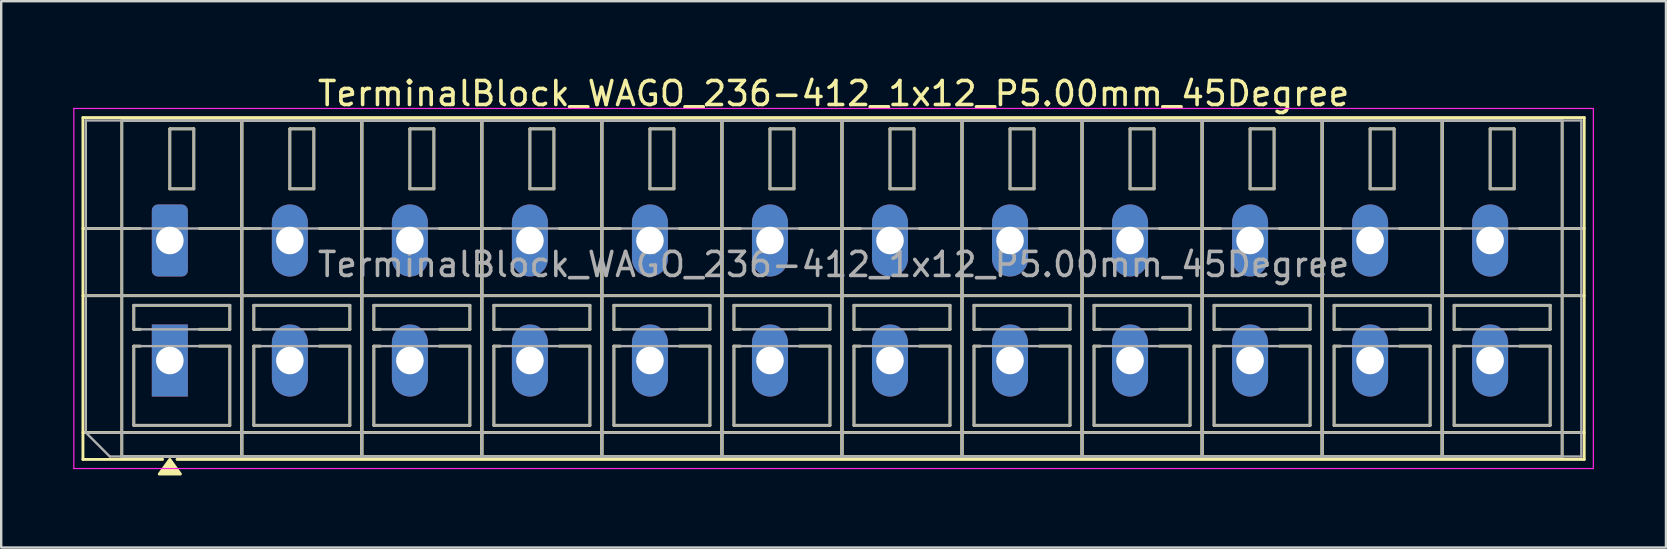
<source format=kicad_pcb>
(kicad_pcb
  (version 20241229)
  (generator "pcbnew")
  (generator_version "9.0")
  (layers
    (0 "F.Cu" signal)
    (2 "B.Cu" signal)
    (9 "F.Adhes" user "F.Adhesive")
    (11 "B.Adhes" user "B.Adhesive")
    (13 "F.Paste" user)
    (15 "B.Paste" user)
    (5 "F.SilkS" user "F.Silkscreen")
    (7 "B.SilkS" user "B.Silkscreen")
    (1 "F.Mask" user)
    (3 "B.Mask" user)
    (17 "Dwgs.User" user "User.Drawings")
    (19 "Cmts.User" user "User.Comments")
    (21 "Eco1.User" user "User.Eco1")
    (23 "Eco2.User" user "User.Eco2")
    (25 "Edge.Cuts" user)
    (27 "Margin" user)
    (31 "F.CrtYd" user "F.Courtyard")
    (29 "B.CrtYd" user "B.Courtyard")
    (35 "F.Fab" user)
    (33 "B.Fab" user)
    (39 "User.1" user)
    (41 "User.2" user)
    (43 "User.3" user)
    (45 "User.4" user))
  (footprint "TerminalBlock_WAGO_236-412_1x12_P5.00mm_45Degree"
    (layer "F.Cu")
    (at 4.025 6.968)
    (property "Reference" "TerminalBlock_WAGO_236-412_1x12_P5.00mm_45Degree" (at 27.65 -6.12 0) (layer "F.SilkS") (effects (font (size 1 1) (thickness 0.15))))
    (attr through_hole)
    (fp_line (start -3.62 -5.12) (end -3.62 9.12) (stroke (width 0.12) (type solid)) (layer "F.SilkS"))
    (fp_line (start -3.62 -5.12) (end 58.92 -5.12) (stroke (width 0.12) (type solid)) (layer "F.SilkS"))
    (fp_line (start -3.62 -0.5) (end -1.23 -0.5) (stroke (width 0.12) (type solid)) (layer "F.SilkS"))
    (fp_line (start -3.62 2.3) (end 58.92 2.3) (stroke (width 0.12) (type solid)) (layer "F.SilkS"))
    (fp_line (start -3.62 8) (end 58.92 8) (stroke (width 0.12) (type solid)) (layer "F.SilkS"))
    (fp_line (start -3.62 9.12) (end -0.3 9.12) (stroke (width 0.12) (type solid)) (layer "F.SilkS"))
    (fp_line (start -2 -5) (end -2 9) (stroke (width 0.12) (type solid)) (layer "F.SilkS"))
    (fp_line (start -2 -5) (end 3 -5) (stroke (width 0.12) (type solid)) (layer "F.SilkS"))
    (fp_line (start -2 9) (end 3 9) (stroke (width 0.12) (type solid)) (layer "F.SilkS"))
    (fp_line (start -1.5 2.7) (end -1.5 3.7) (stroke (width 0.12) (type solid)) (layer "F.SilkS"))
    (fp_line (start -1.5 2.7) (end 2.5 2.7) (stroke (width 0.12) (type solid)) (layer "F.SilkS"))
    (fp_line (start -1.5 3.7) (end -1.23 3.7) (stroke (width 0.12) (type solid)) (layer "F.SilkS"))
    (fp_line (start -1.5 4.4) (end -1.5 7.7) (stroke (width 0.12) (type solid)) (layer "F.SilkS"))
    (fp_line (start -1.5 4.4) (end -1.23 4.4) (stroke (width 0.12) (type solid)) (layer "F.SilkS"))
    (fp_line (start -1.5 7.7) (end 2.5 7.7) (stroke (width 0.12) (type solid)) (layer "F.SilkS"))
    (fp_line (start 0 -4.65) (end 0 -2.15) (stroke (width 0.12) (type solid)) (layer "F.SilkS"))
    (fp_line (start 0 -4.65) (end 1 -4.65) (stroke (width 0.12) (type solid)) (layer "F.SilkS"))
    (fp_line (start 0 -2.15) (end 1 -2.15) (stroke (width 0.12) (type solid)) (layer "F.SilkS"))
    (fp_line (start 0.3 9.12) (end 58.92 9.12) (stroke (width 0.12) (type solid)) (layer "F.SilkS"))
    (fp_line (start 1 -4.65) (end 1 -2.15) (stroke (width 0.12) (type solid)) (layer "F.SilkS"))
    (fp_line (start 1.23 -0.5) (end 3.77 -0.5) (stroke (width 0.12) (type solid)) (layer "F.SilkS"))
    (fp_line (start 1.23 3.7) (end 2.5 3.7) (stroke (width 0.12) (type solid)) (layer "F.SilkS"))
    (fp_line (start 1.23 4.4) (end 2.5 4.4) (stroke (width 0.12) (type solid)) (layer "F.SilkS"))
    (fp_line (start 2.5 2.7) (end 2.5 3.7) (stroke (width 0.12) (type solid)) (layer "F.SilkS"))
    (fp_line (start 2.5 4.4) (end 2.5 7.7) (stroke (width 0.12) (type solid)) (layer "F.SilkS"))
    (fp_line (start 3 -5) (end 3 9) (stroke (width 0.12) (type solid)) (layer "F.SilkS"))
    (fp_line (start 3 -5) (end 3 9) (stroke (width 0.12) (type solid)) (layer "F.SilkS"))
    (fp_line (start 3 -5) (end 8 -5) (stroke (width 0.12) (type solid)) (layer "F.SilkS"))
    (fp_line (start 3 9) (end 8 9) (stroke (width 0.12) (type solid)) (layer "F.SilkS"))
    (fp_line (start 3.5 2.7) (end 3.5 3.7) (stroke (width 0.12) (type solid)) (layer "F.SilkS"))
    (fp_line (start 3.5 2.7) (end 7.5 2.7) (stroke (width 0.12) (type solid)) (layer "F.SilkS"))
    (fp_line (start 3.5 3.7) (end 3.77 3.7) (stroke (width 0.12) (type solid)) (layer "F.SilkS"))
    (fp_line (start 3.5 4.4) (end 3.5 7.7) (stroke (width 0.12) (type solid)) (layer "F.SilkS"))
    (fp_line (start 3.5 4.4) (end 3.77 4.4) (stroke (width 0.12) (type solid)) (layer "F.SilkS"))
    (fp_line (start 3.5 7.7) (end 7.5 7.7) (stroke (width 0.12) (type solid)) (layer "F.SilkS"))
    (fp_line (start 5 -4.65) (end 5 -2.15) (stroke (width 0.12) (type solid)) (layer "F.SilkS"))
    (fp_line (start 5 -4.65) (end 6 -4.65) (stroke (width 0.12) (type solid)) (layer "F.SilkS"))
    (fp_line (start 5 -2.15) (end 6 -2.15) (stroke (width 0.12) (type solid)) (layer "F.SilkS"))
    (fp_line (start 6 -4.65) (end 6 -2.15) (stroke (width 0.12) (type solid)) (layer "F.SilkS"))
    (fp_line (start 6.23 -0.5) (end 8.77 -0.5) (stroke (width 0.12) (type solid)) (layer "F.SilkS"))
    (fp_line (start 6.23 3.7) (end 7.5 3.7) (stroke (width 0.12) (type solid)) (layer "F.SilkS"))
    (fp_line (start 6.23 4.4) (end 7.5 4.4) (stroke (width 0.12) (type solid)) (layer "F.SilkS"))
    (fp_line (start 7.5 2.7) (end 7.5 3.7) (stroke (width 0.12) (type solid)) (layer "F.SilkS"))
    (fp_line (start 7.5 4.4) (end 7.5 7.7) (stroke (width 0.12) (type solid)) (layer "F.SilkS"))
    (fp_line (start 8 -5) (end 8 9) (stroke (width 0.12) (type solid)) (layer "F.SilkS"))
    (fp_line (start 8 -5) (end 8 9) (stroke (width 0.12) (type solid)) (layer "F.SilkS"))
    (fp_line (start 8 -5) (end 13 -5) (stroke (width 0.12) (type solid)) (layer "F.SilkS"))
    (fp_line (start 8 9) (end 13 9) (stroke (width 0.12) (type solid)) (layer "F.SilkS"))
    (fp_line (start 8.5 2.7) (end 8.5 3.7) (stroke (width 0.12) (type solid)) (layer "F.SilkS"))
    (fp_line (start 8.5 2.7) (end 12.5 2.7) (stroke (width 0.12) (type solid)) (layer "F.SilkS"))
    (fp_line (start 8.5 3.7) (end 8.77 3.7) (stroke (width 0.12) (type solid)) (layer "F.SilkS"))
    (fp_line (start 8.5 4.4) (end 8.5 7.7) (stroke (width 0.12) (type solid)) (layer "F.SilkS"))
    (fp_line (start 8.5 4.4) (end 8.77 4.4) (stroke (width 0.12) (type solid)) (layer "F.SilkS"))
    (fp_line (start 8.5 7.7) (end 12.5 7.7) (stroke (width 0.12) (type solid)) (layer "F.SilkS"))
    (fp_line (start 10 -4.65) (end 10 -2.15) (stroke (width 0.12) (type solid)) (layer "F.SilkS"))
    (fp_line (start 10 -4.65) (end 11 -4.65) (stroke (width 0.12) (type solid)) (layer "F.SilkS"))
    (fp_line (start 10 -2.15) (end 11 -2.15) (stroke (width 0.12) (type solid)) (layer "F.SilkS"))
    (fp_line (start 11 -4.65) (end 11 -2.15) (stroke (width 0.12) (type solid)) (layer "F.SilkS"))
    (fp_line (start 11.23 -0.5) (end 13.77 -0.5) (stroke (width 0.12) (type solid)) (layer "F.SilkS"))
    (fp_line (start 11.23 3.7) (end 12.5 3.7) (stroke (width 0.12) (type solid)) (layer "F.SilkS"))
    (fp_line (start 11.23 4.4) (end 12.5 4.4) (stroke (width 0.12) (type solid)) (layer "F.SilkS"))
    (fp_line (start 12.5 2.7) (end 12.5 3.7) (stroke (width 0.12) (type solid)) (layer "F.SilkS"))
    (fp_line (start 12.5 4.4) (end 12.5 7.7) (stroke (width 0.12) (type solid)) (layer "F.SilkS"))
    (fp_line (start 13 -5) (end 13 9) (stroke (width 0.12) (type solid)) (layer "F.SilkS"))
    (fp_line (start 13 -5) (end 13 9) (stroke (width 0.12) (type solid)) (layer "F.SilkS"))
    (fp_line (start 13 -5) (end 18 -5) (stroke (width 0.12) (type solid)) (layer "F.SilkS"))
    (fp_line (start 13 9) (end 18 9) (stroke (width 0.12) (type solid)) (layer "F.SilkS"))
    (fp_line (start 13.5 2.7) (end 13.5 3.7) (stroke (width 0.12) (type solid)) (layer "F.SilkS"))
    (fp_line (start 13.5 2.7) (end 17.5 2.7) (stroke (width 0.12) (type solid)) (layer "F.SilkS"))
    (fp_line (start 13.5 3.7) (end 13.77 3.7) (stroke (width 0.12) (type solid)) (layer "F.SilkS"))
    (fp_line (start 13.5 4.4) (end 13.5 7.7) (stroke (width 0.12) (type solid)) (layer "F.SilkS"))
    (fp_line (start 13.5 4.4) (end 13.77 4.4) (stroke (width 0.12) (type solid)) (layer "F.SilkS"))
    (fp_line (start 13.5 7.7) (end 17.5 7.7) (stroke (width 0.12) (type solid)) (layer "F.SilkS"))
    (fp_line (start 15 -4.65) (end 15 -2.15) (stroke (width 0.12) (type solid)) (layer "F.SilkS"))
    (fp_line (start 15 -4.65) (end 16 -4.65) (stroke (width 0.12) (type solid)) (layer "F.SilkS"))
    (fp_line (start 15 -2.15) (end 16 -2.15) (stroke (width 0.12) (type solid)) (layer "F.SilkS"))
    (fp_line (start 16 -4.65) (end 16 -2.15) (stroke (width 0.12) (type solid)) (layer "F.SilkS"))
    (fp_line (start 16.23 -0.5) (end 18.77 -0.5) (stroke (width 0.12) (type solid)) (layer "F.SilkS"))
    (fp_line (start 16.23 3.7) (end 17.5 3.7) (stroke (width 0.12) (type solid)) (layer "F.SilkS"))
    (fp_line (start 16.23 4.4) (end 17.5 4.4) (stroke (width 0.12) (type solid)) (layer "F.SilkS"))
    (fp_line (start 17.5 2.7) (end 17.5 3.7) (stroke (width 0.12) (type solid)) (layer "F.SilkS"))
    (fp_line (start 17.5 4.4) (end 17.5 7.7) (stroke (width 0.12) (type solid)) (layer "F.SilkS"))
    (fp_line (start 18 -5) (end 18 9) (stroke (width 0.12) (type solid)) (layer "F.SilkS"))
    (fp_line (start 18 -5) (end 18 9) (stroke (width 0.12) (type solid)) (layer "F.SilkS"))
    (fp_line (start 18 -5) (end 23 -5) (stroke (width 0.12) (type solid)) (layer "F.SilkS"))
    (fp_line (start 18 9) (end 23 9) (stroke (width 0.12) (type solid)) (layer "F.SilkS"))
    (fp_line (start 18.5 2.7) (end 18.5 3.7) (stroke (width 0.12) (type solid)) (layer "F.SilkS"))
    (fp_line (start 18.5 2.7) (end 22.5 2.7) (stroke (width 0.12) (type solid)) (layer "F.SilkS"))
    (fp_line (start 18.5 3.7) (end 18.77 3.7) (stroke (width 0.12) (type solid)) (layer "F.SilkS"))
    (fp_line (start 18.5 4.4) (end 18.5 7.7) (stroke (width 0.12) (type solid)) (layer "F.SilkS"))
    (fp_line (start 18.5 4.4) (end 18.77 4.4) (stroke (width 0.12) (type solid)) (layer "F.SilkS"))
    (fp_line (start 18.5 7.7) (end 22.5 7.7) (stroke (width 0.12) (type solid)) (layer "F.SilkS"))
    (fp_line (start 20 -4.65) (end 20 -2.15) (stroke (width 0.12) (type solid)) (layer "F.SilkS"))
    (fp_line (start 20 -4.65) (end 21 -4.65) (stroke (width 0.12) (type solid)) (layer "F.SilkS"))
    (fp_line (start 20 -2.15) (end 21 -2.15) (stroke (width 0.12) (type solid)) (layer "F.SilkS"))
    (fp_line (start 21 -4.65) (end 21 -2.15) (stroke (width 0.12) (type solid)) (layer "F.SilkS"))
    (fp_line (start 21.23 -0.5) (end 23.77 -0.5) (stroke (width 0.12) (type solid)) (layer "F.SilkS"))
    (fp_line (start 21.23 3.7) (end 22.5 3.7) (stroke (width 0.12) (type solid)) (layer "F.SilkS"))
    (fp_line (start 21.23 4.4) (end 22.5 4.4) (stroke (width 0.12) (type solid)) (layer "F.SilkS"))
    (fp_line (start 22.5 2.7) (end 22.5 3.7) (stroke (width 0.12) (type solid)) (layer "F.SilkS"))
    (fp_line (start 22.5 4.4) (end 22.5 7.7) (stroke (width 0.12) (type solid)) (layer "F.SilkS"))
    (fp_line (start 23 -5) (end 23 9) (stroke (width 0.12) (type solid)) (layer "F.SilkS"))
    (fp_line (start 23 -5) (end 23 9) (stroke (width 0.12) (type solid)) (layer "F.SilkS"))
    (fp_line (start 23 -5) (end 28 -5) (stroke (width 0.12) (type solid)) (layer "F.SilkS"))
    (fp_line (start 23 9) (end 28 9) (stroke (width 0.12) (type solid)) (layer "F.SilkS"))
    (fp_line (start 23.5 2.7) (end 23.5 3.7) (stroke (width 0.12) (type solid)) (layer "F.SilkS"))
    (fp_line (start 23.5 2.7) (end 27.5 2.7) (stroke (width 0.12) (type solid)) (layer "F.SilkS"))
    (fp_line (start 23.5 3.7) (end 23.77 3.7) (stroke (width 0.12) (type solid)) (layer "F.SilkS"))
    (fp_line (start 23.5 4.4) (end 23.5 7.7) (stroke (width 0.12) (type solid)) (layer "F.SilkS"))
    (fp_line (start 23.5 4.4) (end 23.77 4.4) (stroke (width 0.12) (type solid)) (layer "F.SilkS"))
    (fp_line (start 23.5 7.7) (end 27.5 7.7) (stroke (width 0.12) (type solid)) (layer "F.SilkS"))
    (fp_line (start 25 -4.65) (end 25 -2.15) (stroke (width 0.12) (type solid)) (layer "F.SilkS"))
    (fp_line (start 25 -4.65) (end 26 -4.65) (stroke (width 0.12) (type solid)) (layer "F.SilkS"))
    (fp_line (start 25 -2.15) (end 26 -2.15) (stroke (width 0.12) (type solid)) (layer "F.SilkS"))
    (fp_line (start 26 -4.65) (end 26 -2.15) (stroke (width 0.12) (type solid)) (layer "F.SilkS"))
    (fp_line (start 26.23 -0.5) (end 28.77 -0.5) (stroke (width 0.12) (type solid)) (layer "F.SilkS"))
    (fp_line (start 26.23 3.7) (end 27.5 3.7) (stroke (width 0.12) (type solid)) (layer "F.SilkS"))
    (fp_line (start 26.23 4.4) (end 27.5 4.4) (stroke (width 0.12) (type solid)) (layer "F.SilkS"))
    (fp_line (start 27.5 2.7) (end 27.5 3.7) (stroke (width 0.12) (type solid)) (layer "F.SilkS"))
    (fp_line (start 27.5 4.4) (end 27.5 7.7) (stroke (width 0.12) (type solid)) (layer "F.SilkS"))
    (fp_line (start 28 -5) (end 28 9) (stroke (width 0.12) (type solid)) (layer "F.SilkS"))
    (fp_line (start 28 -5) (end 28 9) (stroke (width 0.12) (type solid)) (layer "F.SilkS"))
    (fp_line (start 28 -5) (end 33 -5) (stroke (width 0.12) (type solid)) (layer "F.SilkS"))
    (fp_line (start 28 9) (end 33 9) (stroke (width 0.12) (type solid)) (layer "F.SilkS"))
    (fp_line (start 28.5 2.7) (end 28.5 3.7) (stroke (width 0.12) (type solid)) (layer "F.SilkS"))
    (fp_line (start 28.5 2.7) (end 32.5 2.7) (stroke (width 0.12) (type solid)) (layer "F.SilkS"))
    (fp_line (start 28.5 3.7) (end 28.77 3.7) (stroke (width 0.12) (type solid)) (layer "F.SilkS"))
    (fp_line (start 28.5 4.4) (end 28.5 7.7) (stroke (width 0.12) (type solid)) (layer "F.SilkS"))
    (fp_line (start 28.5 4.4) (end 28.77 4.4) (stroke (width 0.12) (type solid)) (layer "F.SilkS"))
    (fp_line (start 28.5 7.7) (end 32.5 7.7) (stroke (width 0.12) (type solid)) (layer "F.SilkS"))
    (fp_line (start 30 -4.65) (end 30 -2.15) (stroke (width 0.12) (type solid)) (layer "F.SilkS"))
    (fp_line (start 30 -4.65) (end 31 -4.65) (stroke (width 0.12) (type solid)) (layer "F.SilkS"))
    (fp_line (start 30 -2.15) (end 31 -2.15) (stroke (width 0.12) (type solid)) (layer "F.SilkS"))
    (fp_line (start 31 -4.65) (end 31 -2.15) (stroke (width 0.12) (type solid)) (layer "F.SilkS"))
    (fp_line (start 31.23 -0.5) (end 33.77 -0.5) (stroke (width 0.12) (type solid)) (layer "F.SilkS"))
    (fp_line (start 31.23 3.7) (end 32.5 3.7) (stroke (width 0.12) (type solid)) (layer "F.SilkS"))
    (fp_line (start 31.23 4.4) (end 32.5 4.4) (stroke (width 0.12) (type solid)) (layer "F.SilkS"))
    (fp_line (start 32.5 2.7) (end 32.5 3.7) (stroke (width 0.12) (type solid)) (layer "F.SilkS"))
    (fp_line (start 32.5 4.4) (end 32.5 7.7) (stroke (width 0.12) (type solid)) (layer "F.SilkS"))
    (fp_line (start 33 -5) (end 33 9) (stroke (width 0.12) (type solid)) (layer "F.SilkS"))
    (fp_line (start 33 -5) (end 33 9) (stroke (width 0.12) (type solid)) (layer "F.SilkS"))
    (fp_line (start 33 -5) (end 38 -5) (stroke (width 0.12) (type solid)) (layer "F.SilkS"))
    (fp_line (start 33 9) (end 38 9) (stroke (width 0.12) (type solid)) (layer "F.SilkS"))
    (fp_line (start 33.5 2.7) (end 33.5 3.7) (stroke (width 0.12) (type solid)) (layer "F.SilkS"))
    (fp_line (start 33.5 2.7) (end 37.5 2.7) (stroke (width 0.12) (type solid)) (layer "F.SilkS"))
    (fp_line (start 33.5 3.7) (end 33.77 3.7) (stroke (width 0.12) (type solid)) (layer "F.SilkS"))
    (fp_line (start 33.5 4.4) (end 33.5 7.7) (stroke (width 0.12) (type solid)) (layer "F.SilkS"))
    (fp_line (start 33.5 4.4) (end 33.77 4.4) (stroke (width 0.12) (type solid)) (layer "F.SilkS"))
    (fp_line (start 33.5 7.7) (end 37.5 7.7) (stroke (width 0.12) (type solid)) (layer "F.SilkS"))
    (fp_line (start 35 -4.65) (end 35 -2.15) (stroke (width 0.12) (type solid)) (layer "F.SilkS"))
    (fp_line (start 35 -4.65) (end 36 -4.65) (stroke (width 0.12) (type solid)) (layer "F.SilkS"))
    (fp_line (start 35 -2.15) (end 36 -2.15) (stroke (width 0.12) (type solid)) (layer "F.SilkS"))
    (fp_line (start 36 -4.65) (end 36 -2.15) (stroke (width 0.12) (type solid)) (layer "F.SilkS"))
    (fp_line (start 36.23 -0.5) (end 38.77 -0.5) (stroke (width 0.12) (type solid)) (layer "F.SilkS"))
    (fp_line (start 36.23 3.7) (end 37.5 3.7) (stroke (width 0.12) (type solid)) (layer "F.SilkS"))
    (fp_line (start 36.23 4.4) (end 37.5 4.4) (stroke (width 0.12) (type solid)) (layer "F.SilkS"))
    (fp_line (start 37.5 2.7) (end 37.5 3.7) (stroke (width 0.12) (type solid)) (layer "F.SilkS"))
    (fp_line (start 37.5 4.4) (end 37.5 7.7) (stroke (width 0.12) (type solid)) (layer "F.SilkS"))
    (fp_line (start 38 -5) (end 38 9) (stroke (width 0.12) (type solid)) (layer "F.SilkS"))
    (fp_line (start 38 -5) (end 38 9) (stroke (width 0.12) (type solid)) (layer "F.SilkS"))
    (fp_line (start 38 -5) (end 43 -5) (stroke (width 0.12) (type solid)) (layer "F.SilkS"))
    (fp_line (start 38 9) (end 43 9) (stroke (width 0.12) (type solid)) (layer "F.SilkS"))
    (fp_line (start 38.5 2.7) (end 38.5 3.7) (stroke (width 0.12) (type solid)) (layer "F.SilkS"))
    (fp_line (start 38.5 2.7) (end 42.5 2.7) (stroke (width 0.12) (type solid)) (layer "F.SilkS"))
    (fp_line (start 38.5 3.7) (end 38.77 3.7) (stroke (width 0.12) (type solid)) (layer "F.SilkS"))
    (fp_line (start 38.5 4.4) (end 38.5 7.7) (stroke (width 0.12) (type solid)) (layer "F.SilkS"))
    (fp_line (start 38.5 4.4) (end 38.77 4.4) (stroke (width 0.12) (type solid)) (layer "F.SilkS"))
    (fp_line (start 38.5 7.7) (end 42.5 7.7) (stroke (width 0.12) (type solid)) (layer "F.SilkS"))
    (fp_line (start 40 -4.65) (end 40 -2.15) (stroke (width 0.12) (type solid)) (layer "F.SilkS"))
    (fp_line (start 40 -4.65) (end 41 -4.65) (stroke (width 0.12) (type solid)) (layer "F.SilkS"))
    (fp_line (start 40 -2.15) (end 41 -2.15) (stroke (width 0.12) (type solid)) (layer "F.SilkS"))
    (fp_line (start 41 -4.65) (end 41 -2.15) (stroke (width 0.12) (type solid)) (layer "F.SilkS"))
    (fp_line (start 41.23 -0.5) (end 43.77 -0.5) (stroke (width 0.12) (type solid)) (layer "F.SilkS"))
    (fp_line (start 41.23 3.7) (end 42.5 3.7) (stroke (width 0.12) (type solid)) (layer "F.SilkS"))
    (fp_line (start 41.23 4.4) (end 42.5 4.4) (stroke (width 0.12) (type solid)) (layer "F.SilkS"))
    (fp_line (start 42.5 2.7) (end 42.5 3.7) (stroke (width 0.12) (type solid)) (layer "F.SilkS"))
    (fp_line (start 42.5 4.4) (end 42.5 7.7) (stroke (width 0.12) (type solid)) (layer "F.SilkS"))
    (fp_line (start 43 -5) (end 43 9) (stroke (width 0.12) (type solid)) (layer "F.SilkS"))
    (fp_line (start 43 -5) (end 43 9) (stroke (width 0.12) (type solid)) (layer "F.SilkS"))
    (fp_line (start 43 -5) (end 48 -5) (stroke (width 0.12) (type solid)) (layer "F.SilkS"))
    (fp_line (start 43 9) (end 48 9) (stroke (width 0.12) (type solid)) (layer "F.SilkS"))
    (fp_line (start 43.5 2.7) (end 43.5 3.7) (stroke (width 0.12) (type solid)) (layer "F.SilkS"))
    (fp_line (start 43.5 2.7) (end 47.5 2.7) (stroke (width 0.12) (type solid)) (layer "F.SilkS"))
    (fp_line (start 43.5 3.7) (end 43.77 3.7) (stroke (width 0.12) (type solid)) (layer "F.SilkS"))
    (fp_line (start 43.5 4.4) (end 43.5 7.7) (stroke (width 0.12) (type solid)) (layer "F.SilkS"))
    (fp_line (start 43.5 4.4) (end 43.77 4.4) (stroke (width 0.12) (type solid)) (layer "F.SilkS"))
    (fp_line (start 43.5 7.7) (end 47.5 7.7) (stroke (width 0.12) (type solid)) (layer "F.SilkS"))
    (fp_line (start 45 -4.65) (end 45 -2.15) (stroke (width 0.12) (type solid)) (layer "F.SilkS"))
    (fp_line (start 45 -4.65) (end 46 -4.65) (stroke (width 0.12) (type solid)) (layer "F.SilkS"))
    (fp_line (start 45 -2.15) (end 46 -2.15) (stroke (width 0.12) (type solid)) (layer "F.SilkS"))
    (fp_line (start 46 -4.65) (end 46 -2.15) (stroke (width 0.12) (type solid)) (layer "F.SilkS"))
    (fp_line (start 46.23 -0.5) (end 48.77 -0.5) (stroke (width 0.12) (type solid)) (layer "F.SilkS"))
    (fp_line (start 46.23 3.7) (end 47.5 3.7) (stroke (width 0.12) (type solid)) (layer "F.SilkS"))
    (fp_line (start 46.23 4.4) (end 47.5 4.4) (stroke (width 0.12) (type solid)) (layer "F.SilkS"))
    (fp_line (start 47.5 2.7) (end 47.5 3.7) (stroke (width 0.12) (type solid)) (layer "F.SilkS"))
    (fp_line (start 47.5 4.4) (end 47.5 7.7) (stroke (width 0.12) (type solid)) (layer "F.SilkS"))
    (fp_line (start 48 -5) (end 48 9) (stroke (width 0.12) (type solid)) (layer "F.SilkS"))
    (fp_line (start 48 -5) (end 48 9) (stroke (width 0.12) (type solid)) (layer "F.SilkS"))
    (fp_line (start 48 -5) (end 53 -5) (stroke (width 0.12) (type solid)) (layer "F.SilkS"))
    (fp_line (start 48 9) (end 53 9) (stroke (width 0.12) (type solid)) (layer "F.SilkS"))
    (fp_line (start 48.5 2.7) (end 48.5 3.7) (stroke (width 0.12) (type solid)) (layer "F.SilkS"))
    (fp_line (start 48.5 2.7) (end 52.5 2.7) (stroke (width 0.12) (type solid)) (layer "F.SilkS"))
    (fp_line (start 48.5 3.7) (end 48.77 3.7) (stroke (width 0.12) (type solid)) (layer "F.SilkS"))
    (fp_line (start 48.5 4.4) (end 48.5 7.7) (stroke (width 0.12) (type solid)) (layer "F.SilkS"))
    (fp_line (start 48.5 4.4) (end 48.77 4.4) (stroke (width 0.12) (type solid)) (layer "F.SilkS"))
    (fp_line (start 48.5 7.7) (end 52.5 7.7) (stroke (width 0.12) (type solid)) (layer "F.SilkS"))
    (fp_line (start 50 -4.65) (end 50 -2.15) (stroke (width 0.12) (type solid)) (layer "F.SilkS"))
    (fp_line (start 50 -4.65) (end 51 -4.65) (stroke (width 0.12) (type solid)) (layer "F.SilkS"))
    (fp_line (start 50 -2.15) (end 51 -2.15) (stroke (width 0.12) (type solid)) (layer "F.SilkS"))
    (fp_line (start 51 -4.65) (end 51 -2.15) (stroke (width 0.12) (type solid)) (layer "F.SilkS"))
    (fp_line (start 51.23 -0.5) (end 53.77 -0.5) (stroke (width 0.12) (type solid)) (layer "F.SilkS"))
    (fp_line (start 51.23 3.7) (end 52.5 3.7) (stroke (width 0.12) (type solid)) (layer "F.SilkS"))
    (fp_line (start 51.23 4.4) (end 52.5 4.4) (stroke (width 0.12) (type solid)) (layer "F.SilkS"))
    (fp_line (start 52.5 2.7) (end 52.5 3.7) (stroke (width 0.12) (type solid)) (layer "F.SilkS"))
    (fp_line (start 52.5 4.4) (end 52.5 7.7) (stroke (width 0.12) (type solid)) (layer "F.SilkS"))
    (fp_line (start 53 -5) (end 53 9) (stroke (width 0.12) (type solid)) (layer "F.SilkS"))
    (fp_line (start 53 -5) (end 53 9) (stroke (width 0.12) (type solid)) (layer "F.SilkS"))
    (fp_line (start 53 -5) (end 58 -5) (stroke (width 0.12) (type solid)) (layer "F.SilkS"))
    (fp_line (start 53 9) (end 58 9) (stroke (width 0.12) (type solid)) (layer "F.SilkS"))
    (fp_line (start 53.5 2.7) (end 53.5 3.7) (stroke (width 0.12) (type solid)) (layer "F.SilkS"))
    (fp_line (start 53.5 2.7) (end 57.5 2.7) (stroke (width 0.12) (type solid)) (layer "F.SilkS"))
    (fp_line (start 53.5 3.7) (end 53.77 3.7) (stroke (width 0.12) (type solid)) (layer "F.SilkS"))
    (fp_line (start 53.5 4.4) (end 53.5 7.7) (stroke (width 0.12) (type solid)) (layer "F.SilkS"))
    (fp_line (start 53.5 4.4) (end 53.77 4.4) (stroke (width 0.12) (type solid)) (layer "F.SilkS"))
    (fp_line (start 53.5 7.7) (end 57.5 7.7) (stroke (width 0.12) (type solid)) (layer "F.SilkS"))
    (fp_line (start 55 -4.65) (end 55 -2.15) (stroke (width 0.12) (type solid)) (layer "F.SilkS"))
    (fp_line (start 55 -4.65) (end 56 -4.65) (stroke (width 0.12) (type solid)) (layer "F.SilkS"))
    (fp_line (start 55 -2.15) (end 56 -2.15) (stroke (width 0.12) (type solid)) (layer "F.SilkS"))
    (fp_line (start 56 -4.65) (end 56 -2.15) (stroke (width 0.12) (type solid)) (layer "F.SilkS"))
    (fp_line (start 56.23 -0.5) (end 58.92 -0.5) (stroke (width 0.12) (type solid)) (layer "F.SilkS"))
    (fp_line (start 56.23 3.7) (end 57.5 3.7) (stroke (width 0.12) (type solid)) (layer "F.SilkS"))
    (fp_line (start 56.23 4.4) (end 57.5 4.4) (stroke (width 0.12) (type solid)) (layer "F.SilkS"))
    (fp_line (start 57.5 2.7) (end 57.5 3.7) (stroke (width 0.12) (type solid)) (layer "F.SilkS"))
    (fp_line (start 57.5 4.4) (end 57.5 7.7) (stroke (width 0.12) (type solid)) (layer "F.SilkS"))
    (fp_line (start 58 -5) (end 58 9) (stroke (width 0.12) (type solid)) (layer "F.SilkS"))
    (fp_line (start 58.92 -5.12) (end 58.92 9.12) (stroke (width 0.12) (type solid)) (layer "F.SilkS"))
    (fp_poly (pts (xy 0 9.12) (xy 0.44 9.73) (xy -0.44 9.73)) (stroke (width 0.12) (type solid)) (fill yes) (layer "F.SilkS"))
    (fp_line (start -4 -5.5) (end -4 9.5) (stroke (width 0.05) (type solid)) (layer "F.CrtYd"))
    (fp_line (start -4 9.5) (end 59.3 9.5) (stroke (width 0.05) (type solid)) (layer "F.CrtYd"))
    (fp_line (start 59.3 -5.5) (end -4 -5.5) (stroke (width 0.05) (type solid)) (layer "F.CrtYd"))
    (fp_line (start 59.3 9.5) (end 59.3 -5.5) (stroke (width 0.05) (type solid)) (layer "F.CrtYd"))
    (fp_line (start -3.5 -5) (end 58.8 -5) (stroke (width 0.1) (type solid)) (layer "F.Fab"))
    (fp_line (start -3.5 -0.5) (end 58.8 -0.5) (stroke (width 0.1) (type solid)) (layer "F.Fab"))
    (fp_line (start -3.5 2.3) (end 58.8 2.3) (stroke (width 0.1) (type solid)) (layer "F.Fab"))
    (fp_line (start -3.5 8) (end -3.5 -5) (stroke (width 0.1) (type solid)) (layer "F.Fab"))
    (fp_line (start -3.5 8) (end 58.8 8) (stroke (width 0.1) (type solid)) (layer "F.Fab"))
    (fp_line (start -2.5 9) (end -3.5 8) (stroke (width 0.1) (type solid)) (layer "F.Fab"))
    (fp_line (start -2 -5) (end -2 9) (stroke (width 0.1) (type solid)) (layer "F.Fab"))
    (fp_line (start -2 9) (end 3 9) (stroke (width 0.1) (type solid)) (layer "F.Fab"))
    (fp_line (start -1.5 2.7) (end -1.5 3.7) (stroke (width 0.1) (type solid)) (layer "F.Fab"))
    (fp_line (start -1.5 3.7) (end 2.5 3.7) (stroke (width 0.1) (type solid)) (layer "F.Fab"))
    (fp_line (start -1.5 4.4) (end -1.5 7.7) (stroke (width 0.1) (type solid)) (layer "F.Fab"))
    (fp_line (start -1.5 7.7) (end 2.5 7.7) (stroke (width 0.1) (type solid)) (layer "F.Fab"))
    (fp_line (start 0 -4.65) (end 0 -2.15) (stroke (width 0.1) (type solid)) (layer "F.Fab"))
    (fp_line (start 0 -2.15) (end 1 -2.15) (stroke (width 0.1) (type solid)) (layer "F.Fab"))
    (fp_line (start 1 -4.65) (end 0 -4.65) (stroke (width 0.1) (type solid)) (layer "F.Fab"))
    (fp_line (start 1 -2.15) (end 1 -4.65) (stroke (width 0.1) (type solid)) (layer "F.Fab"))
    (fp_line (start 2.5 2.7) (end -1.5 2.7) (stroke (width 0.1) (type solid)) (layer "F.Fab"))
    (fp_line (start 2.5 3.7) (end 2.5 2.7) (stroke (width 0.1) (type solid)) (layer "F.Fab"))
    (fp_line (start 2.5 4.4) (end -1.5 4.4) (stroke (width 0.1) (type solid)) (layer "F.Fab"))
    (fp_line (start 2.5 7.7) (end 2.5 4.4) (stroke (width 0.1) (type solid)) (layer "F.Fab"))
    (fp_line (start 3 -5) (end -2 -5) (stroke (width 0.1) (type solid)) (layer "F.Fab"))
    (fp_line (start 3 -5) (end 3 9) (stroke (width 0.1) (type solid)) (layer "F.Fab"))
    (fp_line (start 3 9) (end 3 -5) (stroke (width 0.1) (type solid)) (layer "F.Fab"))
    (fp_line (start 3 9) (end 8 9) (stroke (width 0.1) (type solid)) (layer "F.Fab"))
    (fp_line (start 3.5 2.7) (end 3.5 3.7) (stroke (width 0.1) (type solid)) (layer "F.Fab"))
    (fp_line (start 3.5 3.7) (end 7.5 3.7) (stroke (width 0.1) (type solid)) (layer "F.Fab"))
    (fp_line (start 3.5 4.4) (end 3.5 7.7) (stroke (width 0.1) (type solid)) (layer "F.Fab"))
    (fp_line (start 3.5 7.7) (end 7.5 7.7) (stroke (width 0.1) (type solid)) (layer "F.Fab"))
    (fp_line (start 5 -4.65) (end 5 -2.15) (stroke (width 0.1) (type solid)) (layer "F.Fab"))
    (fp_line (start 5 -2.15) (end 6 -2.15) (stroke (width 0.1) (type solid)) (layer "F.Fab"))
    (fp_line (start 6 -4.65) (end 5 -4.65) (stroke (width 0.1) (type solid)) (layer "F.Fab"))
    (fp_line (start 6 -2.15) (end 6 -4.65) (stroke (width 0.1) (type solid)) (layer "F.Fab"))
    (fp_line (start 7.5 2.7) (end 3.5 2.7) (stroke (width 0.1) (type solid)) (layer "F.Fab"))
    (fp_line (start 7.5 3.7) (end 7.5 2.7) (stroke (width 0.1) (type solid)) (layer "F.Fab"))
    (fp_line (start 7.5 4.4) (end 3.5 4.4) (stroke (width 0.1) (type solid)) (layer "F.Fab"))
    (fp_line (start 7.5 7.7) (end 7.5 4.4) (stroke (width 0.1) (type solid)) (layer "F.Fab"))
    (fp_line (start 8 -5) (end 3 -5) (stroke (width 0.1) (type solid)) (layer "F.Fab"))
    (fp_line (start 8 -5) (end 8 9) (stroke (width 0.1) (type solid)) (layer "F.Fab"))
    (fp_line (start 8 9) (end 8 -5) (stroke (width 0.1) (type solid)) (layer "F.Fab"))
    (fp_line (start 8 9) (end 13 9) (stroke (width 0.1) (type solid)) (layer "F.Fab"))
    (fp_line (start 8.5 2.7) (end 8.5 3.7) (stroke (width 0.1) (type solid)) (layer "F.Fab"))
    (fp_line (start 8.5 3.7) (end 12.5 3.7) (stroke (width 0.1) (type solid)) (layer "F.Fab"))
    (fp_line (start 8.5 4.4) (end 8.5 7.7) (stroke (width 0.1) (type solid)) (layer "F.Fab"))
    (fp_line (start 8.5 7.7) (end 12.5 7.7) (stroke (width 0.1) (type solid)) (layer "F.Fab"))
    (fp_line (start 10 -4.65) (end 10 -2.15) (stroke (width 0.1) (type solid)) (layer "F.Fab"))
    (fp_line (start 10 -2.15) (end 11 -2.15) (stroke (width 0.1) (type solid)) (layer "F.Fab"))
    (fp_line (start 11 -4.65) (end 10 -4.65) (stroke (width 0.1) (type solid)) (layer "F.Fab"))
    (fp_line (start 11 -2.15) (end 11 -4.65) (stroke (width 0.1) (type solid)) (layer "F.Fab"))
    (fp_line (start 12.5 2.7) (end 8.5 2.7) (stroke (width 0.1) (type solid)) (layer "F.Fab"))
    (fp_line (start 12.5 3.7) (end 12.5 2.7) (stroke (width 0.1) (type solid)) (layer "F.Fab"))
    (fp_line (start 12.5 4.4) (end 8.5 4.4) (stroke (width 0.1) (type solid)) (layer "F.Fab"))
    (fp_line (start 12.5 7.7) (end 12.5 4.4) (stroke (width 0.1) (type solid)) (layer "F.Fab"))
    (fp_line (start 13 -5) (end 8 -5) (stroke (width 0.1) (type solid)) (layer "F.Fab"))
    (fp_line (start 13 -5) (end 13 9) (stroke (width 0.1) (type solid)) (layer "F.Fab"))
    (fp_line (start 13 9) (end 13 -5) (stroke (width 0.1) (type solid)) (layer "F.Fab"))
    (fp_line (start 13 9) (end 18 9) (stroke (width 0.1) (type solid)) (layer "F.Fab"))
    (fp_line (start 13.5 2.7) (end 13.5 3.7) (stroke (width 0.1) (type solid)) (layer "F.Fab"))
    (fp_line (start 13.5 3.7) (end 17.5 3.7) (stroke (width 0.1) (type solid)) (layer "F.Fab"))
    (fp_line (start 13.5 4.4) (end 13.5 7.7) (stroke (width 0.1) (type solid)) (layer "F.Fab"))
    (fp_line (start 13.5 7.7) (end 17.5 7.7) (stroke (width 0.1) (type solid)) (layer "F.Fab"))
    (fp_line (start 15 -4.65) (end 15 -2.15) (stroke (width 0.1) (type solid)) (layer "F.Fab"))
    (fp_line (start 15 -2.15) (end 16 -2.15) (stroke (width 0.1) (type solid)) (layer "F.Fab"))
    (fp_line (start 16 -4.65) (end 15 -4.65) (stroke (width 0.1) (type solid)) (layer "F.Fab"))
    (fp_line (start 16 -2.15) (end 16 -4.65) (stroke (width 0.1) (type solid)) (layer "F.Fab"))
    (fp_line (start 17.5 2.7) (end 13.5 2.7) (stroke (width 0.1) (type solid)) (layer "F.Fab"))
    (fp_line (start 17.5 3.7) (end 17.5 2.7) (stroke (width 0.1) (type solid)) (layer "F.Fab"))
    (fp_line (start 17.5 4.4) (end 13.5 4.4) (stroke (width 0.1) (type solid)) (layer "F.Fab"))
    (fp_line (start 17.5 7.7) (end 17.5 4.4) (stroke (width 0.1) (type solid)) (layer "F.Fab"))
    (fp_line (start 18 -5) (end 13 -5) (stroke (width 0.1) (type solid)) (layer "F.Fab"))
    (fp_line (start 18 -5) (end 18 9) (stroke (width 0.1) (type solid)) (layer "F.Fab"))
    (fp_line (start 18 9) (end 18 -5) (stroke (width 0.1) (type solid)) (layer "F.Fab"))
    (fp_line (start 18 9) (end 23 9) (stroke (width 0.1) (type solid)) (layer "F.Fab"))
    (fp_line (start 18.5 2.7) (end 18.5 3.7) (stroke (width 0.1) (type solid)) (layer "F.Fab"))
    (fp_line (start 18.5 3.7) (end 22.5 3.7) (stroke (width 0.1) (type solid)) (layer "F.Fab"))
    (fp_line (start 18.5 4.4) (end 18.5 7.7) (stroke (width 0.1) (type solid)) (layer "F.Fab"))
    (fp_line (start 18.5 7.7) (end 22.5 7.7) (stroke (width 0.1) (type solid)) (layer "F.Fab"))
    (fp_line (start 20 -4.65) (end 20 -2.15) (stroke (width 0.1) (type solid)) (layer "F.Fab"))
    (fp_line (start 20 -2.15) (end 21 -2.15) (stroke (width 0.1) (type solid)) (layer "F.Fab"))
    (fp_line (start 21 -4.65) (end 20 -4.65) (stroke (width 0.1) (type solid)) (layer "F.Fab"))
    (fp_line (start 21 -2.15) (end 21 -4.65) (stroke (width 0.1) (type solid)) (layer "F.Fab"))
    (fp_line (start 22.5 2.7) (end 18.5 2.7) (stroke (width 0.1) (type solid)) (layer "F.Fab"))
    (fp_line (start 22.5 3.7) (end 22.5 2.7) (stroke (width 0.1) (type solid)) (layer "F.Fab"))
    (fp_line (start 22.5 4.4) (end 18.5 4.4) (stroke (width 0.1) (type solid)) (layer "F.Fab"))
    (fp_line (start 22.5 7.7) (end 22.5 4.4) (stroke (width 0.1) (type solid)) (layer "F.Fab"))
    (fp_line (start 23 -5) (end 18 -5) (stroke (width 0.1) (type solid)) (layer "F.Fab"))
    (fp_line (start 23 -5) (end 23 9) (stroke (width 0.1) (type solid)) (layer "F.Fab"))
    (fp_line (start 23 9) (end 23 -5) (stroke (width 0.1) (type solid)) (layer "F.Fab"))
    (fp_line (start 23 9) (end 28 9) (stroke (width 0.1) (type solid)) (layer "F.Fab"))
    (fp_line (start 23.5 2.7) (end 23.5 3.7) (stroke (width 0.1) (type solid)) (layer "F.Fab"))
    (fp_line (start 23.5 3.7) (end 27.5 3.7) (stroke (width 0.1) (type solid)) (layer "F.Fab"))
    (fp_line (start 23.5 4.4) (end 23.5 7.7) (stroke (width 0.1) (type solid)) (layer "F.Fab"))
    (fp_line (start 23.5 7.7) (end 27.5 7.7) (stroke (width 0.1) (type solid)) (layer "F.Fab"))
    (fp_line (start 25 -4.65) (end 25 -2.15) (stroke (width 0.1) (type solid)) (layer "F.Fab"))
    (fp_line (start 25 -2.15) (end 26 -2.15) (stroke (width 0.1) (type solid)) (layer "F.Fab"))
    (fp_line (start 26 -4.65) (end 25 -4.65) (stroke (width 0.1) (type solid)) (layer "F.Fab"))
    (fp_line (start 26 -2.15) (end 26 -4.65) (stroke (width 0.1) (type solid)) (layer "F.Fab"))
    (fp_line (start 27.5 2.7) (end 23.5 2.7) (stroke (width 0.1) (type solid)) (layer "F.Fab"))
    (fp_line (start 27.5 3.7) (end 27.5 2.7) (stroke (width 0.1) (type solid)) (layer "F.Fab"))
    (fp_line (start 27.5 4.4) (end 23.5 4.4) (stroke (width 0.1) (type solid)) (layer "F.Fab"))
    (fp_line (start 27.5 7.7) (end 27.5 4.4) (stroke (width 0.1) (type solid)) (layer "F.Fab"))
    (fp_line (start 28 -5) (end 23 -5) (stroke (width 0.1) (type solid)) (layer "F.Fab"))
    (fp_line (start 28 -5) (end 28 9) (stroke (width 0.1) (type solid)) (layer "F.Fab"))
    (fp_line (start 28 9) (end 28 -5) (stroke (width 0.1) (type solid)) (layer "F.Fab"))
    (fp_line (start 28 9) (end 33 9) (stroke (width 0.1) (type solid)) (layer "F.Fab"))
    (fp_line (start 28.5 2.7) (end 28.5 3.7) (stroke (width 0.1) (type solid)) (layer "F.Fab"))
    (fp_line (start 28.5 3.7) (end 32.5 3.7) (stroke (width 0.1) (type solid)) (layer "F.Fab"))
    (fp_line (start 28.5 4.4) (end 28.5 7.7) (stroke (width 0.1) (type solid)) (layer "F.Fab"))
    (fp_line (start 28.5 7.7) (end 32.5 7.7) (stroke (width 0.1) (type solid)) (layer "F.Fab"))
    (fp_line (start 30 -4.65) (end 30 -2.15) (stroke (width 0.1) (type solid)) (layer "F.Fab"))
    (fp_line (start 30 -2.15) (end 31 -2.15) (stroke (width 0.1) (type solid)) (layer "F.Fab"))
    (fp_line (start 31 -4.65) (end 30 -4.65) (stroke (width 0.1) (type solid)) (layer "F.Fab"))
    (fp_line (start 31 -2.15) (end 31 -4.65) (stroke (width 0.1) (type solid)) (layer "F.Fab"))
    (fp_line (start 32.5 2.7) (end 28.5 2.7) (stroke (width 0.1) (type solid)) (layer "F.Fab"))
    (fp_line (start 32.5 3.7) (end 32.5 2.7) (stroke (width 0.1) (type solid)) (layer "F.Fab"))
    (fp_line (start 32.5 4.4) (end 28.5 4.4) (stroke (width 0.1) (type solid)) (layer "F.Fab"))
    (fp_line (start 32.5 7.7) (end 32.5 4.4) (stroke (width 0.1) (type solid)) (layer "F.Fab"))
    (fp_line (start 33 -5) (end 28 -5) (stroke (width 0.1) (type solid)) (layer "F.Fab"))
    (fp_line (start 33 -5) (end 33 9) (stroke (width 0.1) (type solid)) (layer "F.Fab"))
    (fp_line (start 33 9) (end 33 -5) (stroke (width 0.1) (type solid)) (layer "F.Fab"))
    (fp_line (start 33 9) (end 38 9) (stroke (width 0.1) (type solid)) (layer "F.Fab"))
    (fp_line (start 33.5 2.7) (end 33.5 3.7) (stroke (width 0.1) (type solid)) (layer "F.Fab"))
    (fp_line (start 33.5 3.7) (end 37.5 3.7) (stroke (width 0.1) (type solid)) (layer "F.Fab"))
    (fp_line (start 33.5 4.4) (end 33.5 7.7) (stroke (width 0.1) (type solid)) (layer "F.Fab"))
    (fp_line (start 33.5 7.7) (end 37.5 7.7) (stroke (width 0.1) (type solid)) (layer "F.Fab"))
    (fp_line (start 35 -4.65) (end 35 -2.15) (stroke (width 0.1) (type solid)) (layer "F.Fab"))
    (fp_line (start 35 -2.15) (end 36 -2.15) (stroke (width 0.1) (type solid)) (layer "F.Fab"))
    (fp_line (start 36 -4.65) (end 35 -4.65) (stroke (width 0.1) (type solid)) (layer "F.Fab"))
    (fp_line (start 36 -2.15) (end 36 -4.65) (stroke (width 0.1) (type solid)) (layer "F.Fab"))
    (fp_line (start 37.5 2.7) (end 33.5 2.7) (stroke (width 0.1) (type solid)) (layer "F.Fab"))
    (fp_line (start 37.5 3.7) (end 37.5 2.7) (stroke (width 0.1) (type solid)) (layer "F.Fab"))
    (fp_line (start 37.5 4.4) (end 33.5 4.4) (stroke (width 0.1) (type solid)) (layer "F.Fab"))
    (fp_line (start 37.5 7.7) (end 37.5 4.4) (stroke (width 0.1) (type solid)) (layer "F.Fab"))
    (fp_line (start 38 -5) (end 33 -5) (stroke (width 0.1) (type solid)) (layer "F.Fab"))
    (fp_line (start 38 -5) (end 38 9) (stroke (width 0.1) (type solid)) (layer "F.Fab"))
    (fp_line (start 38 9) (end 38 -5) (stroke (width 0.1) (type solid)) (layer "F.Fab"))
    (fp_line (start 38 9) (end 43 9) (stroke (width 0.1) (type solid)) (layer "F.Fab"))
    (fp_line (start 38.5 2.7) (end 38.5 3.7) (stroke (width 0.1) (type solid)) (layer "F.Fab"))
    (fp_line (start 38.5 3.7) (end 42.5 3.7) (stroke (width 0.1) (type solid)) (layer "F.Fab"))
    (fp_line (start 38.5 4.4) (end 38.5 7.7) (stroke (width 0.1) (type solid)) (layer "F.Fab"))
    (fp_line (start 38.5 7.7) (end 42.5 7.7) (stroke (width 0.1) (type solid)) (layer "F.Fab"))
    (fp_line (start 40 -4.65) (end 40 -2.15) (stroke (width 0.1) (type solid)) (layer "F.Fab"))
    (fp_line (start 40 -2.15) (end 41 -2.15) (stroke (width 0.1) (type solid)) (layer "F.Fab"))
    (fp_line (start 41 -4.65) (end 40 -4.65) (stroke (width 0.1) (type solid)) (layer "F.Fab"))
    (fp_line (start 41 -2.15) (end 41 -4.65) (stroke (width 0.1) (type solid)) (layer "F.Fab"))
    (fp_line (start 42.5 2.7) (end 38.5 2.7) (stroke (width 0.1) (type solid)) (layer "F.Fab"))
    (fp_line (start 42.5 3.7) (end 42.5 2.7) (stroke (width 0.1) (type solid)) (layer "F.Fab"))
    (fp_line (start 42.5 4.4) (end 38.5 4.4) (stroke (width 0.1) (type solid)) (layer "F.Fab"))
    (fp_line (start 42.5 7.7) (end 42.5 4.4) (stroke (width 0.1) (type solid)) (layer "F.Fab"))
    (fp_line (start 43 -5) (end 38 -5) (stroke (width 0.1) (type solid)) (layer "F.Fab"))
    (fp_line (start 43 -5) (end 43 9) (stroke (width 0.1) (type solid)) (layer "F.Fab"))
    (fp_line (start 43 9) (end 43 -5) (stroke (width 0.1) (type solid)) (layer "F.Fab"))
    (fp_line (start 43 9) (end 48 9) (stroke (width 0.1) (type solid)) (layer "F.Fab"))
    (fp_line (start 43.5 2.7) (end 43.5 3.7) (stroke (width 0.1) (type solid)) (layer "F.Fab"))
    (fp_line (start 43.5 3.7) (end 47.5 3.7) (stroke (width 0.1) (type solid)) (layer "F.Fab"))
    (fp_line (start 43.5 4.4) (end 43.5 7.7) (stroke (width 0.1) (type solid)) (layer "F.Fab"))
    (fp_line (start 43.5 7.7) (end 47.5 7.7) (stroke (width 0.1) (type solid)) (layer "F.Fab"))
    (fp_line (start 45 -4.65) (end 45 -2.15) (stroke (width 0.1) (type solid)) (layer "F.Fab"))
    (fp_line (start 45 -2.15) (end 46 -2.15) (stroke (width 0.1) (type solid)) (layer "F.Fab"))
    (fp_line (start 46 -4.65) (end 45 -4.65) (stroke (width 0.1) (type solid)) (layer "F.Fab"))
    (fp_line (start 46 -2.15) (end 46 -4.65) (stroke (width 0.1) (type solid)) (layer "F.Fab"))
    (fp_line (start 47.5 2.7) (end 43.5 2.7) (stroke (width 0.1) (type solid)) (layer "F.Fab"))
    (fp_line (start 47.5 3.7) (end 47.5 2.7) (stroke (width 0.1) (type solid)) (layer "F.Fab"))
    (fp_line (start 47.5 4.4) (end 43.5 4.4) (stroke (width 0.1) (type solid)) (layer "F.Fab"))
    (fp_line (start 47.5 7.7) (end 47.5 4.4) (stroke (width 0.1) (type solid)) (layer "F.Fab"))
    (fp_line (start 48 -5) (end 43 -5) (stroke (width 0.1) (type solid)) (layer "F.Fab"))
    (fp_line (start 48 -5) (end 48 9) (stroke (width 0.1) (type solid)) (layer "F.Fab"))
    (fp_line (start 48 9) (end 48 -5) (stroke (width 0.1) (type solid)) (layer "F.Fab"))
    (fp_line (start 48 9) (end 53 9) (stroke (width 0.1) (type solid)) (layer "F.Fab"))
    (fp_line (start 48.5 2.7) (end 48.5 3.7) (stroke (width 0.1) (type solid)) (layer "F.Fab"))
    (fp_line (start 48.5 3.7) (end 52.5 3.7) (stroke (width 0.1) (type solid)) (layer "F.Fab"))
    (fp_line (start 48.5 4.4) (end 48.5 7.7) (stroke (width 0.1) (type solid)) (layer "F.Fab"))
    (fp_line (start 48.5 7.7) (end 52.5 7.7) (stroke (width 0.1) (type solid)) (layer "F.Fab"))
    (fp_line (start 50 -4.65) (end 50 -2.15) (stroke (width 0.1) (type solid)) (layer "F.Fab"))
    (fp_line (start 50 -2.15) (end 51 -2.15) (stroke (width 0.1) (type solid)) (layer "F.Fab"))
    (fp_line (start 51 -4.65) (end 50 -4.65) (stroke (width 0.1) (type solid)) (layer "F.Fab"))
    (fp_line (start 51 -2.15) (end 51 -4.65) (stroke (width 0.1) (type solid)) (layer "F.Fab"))
    (fp_line (start 52.5 2.7) (end 48.5 2.7) (stroke (width 0.1) (type solid)) (layer "F.Fab"))
    (fp_line (start 52.5 3.7) (end 52.5 2.7) (stroke (width 0.1) (type solid)) (layer "F.Fab"))
    (fp_line (start 52.5 4.4) (end 48.5 4.4) (stroke (width 0.1) (type solid)) (layer "F.Fab"))
    (fp_line (start 52.5 7.7) (end 52.5 4.4) (stroke (width 0.1) (type solid)) (layer "F.Fab"))
    (fp_line (start 53 -5) (end 48 -5) (stroke (width 0.1) (type solid)) (layer "F.Fab"))
    (fp_line (start 53 -5) (end 53 9) (stroke (width 0.1) (type solid)) (layer "F.Fab"))
    (fp_line (start 53 9) (end 53 -5) (stroke (width 0.1) (type solid)) (layer "F.Fab"))
    (fp_line (start 53 9) (end 58 9) (stroke (width 0.1) (type solid)) (layer "F.Fab"))
    (fp_line (start 53.5 2.7) (end 53.5 3.7) (stroke (width 0.1) (type solid)) (layer "F.Fab"))
    (fp_line (start 53.5 3.7) (end 57.5 3.7) (stroke (width 0.1) (type solid)) (layer "F.Fab"))
    (fp_line (start 53.5 4.4) (end 53.5 7.7) (stroke (width 0.1) (type solid)) (layer "F.Fab"))
    (fp_line (start 53.5 7.7) (end 57.5 7.7) (stroke (width 0.1) (type solid)) (layer "F.Fab"))
    (fp_line (start 55 -4.65) (end 55 -2.15) (stroke (width 0.1) (type solid)) (layer "F.Fab"))
    (fp_line (start 55 -2.15) (end 56 -2.15) (stroke (width 0.1) (type solid)) (layer "F.Fab"))
    (fp_line (start 56 -4.65) (end 55 -4.65) (stroke (width 0.1) (type solid)) (layer "F.Fab"))
    (fp_line (start 56 -2.15) (end 56 -4.65) (stroke (width 0.1) (type solid)) (layer "F.Fab"))
    (fp_line (start 57.5 2.7) (end 53.5 2.7) (stroke (width 0.1) (type solid)) (layer "F.Fab"))
    (fp_line (start 57.5 3.7) (end 57.5 2.7) (stroke (width 0.1) (type solid)) (layer "F.Fab"))
    (fp_line (start 57.5 4.4) (end 53.5 4.4) (stroke (width 0.1) (type solid)) (layer "F.Fab"))
    (fp_line (start 57.5 7.7) (end 57.5 4.4) (stroke (width 0.1) (type solid)) (layer "F.Fab"))
    (fp_line (start 58 -5) (end 53 -5) (stroke (width 0.1) (type solid)) (layer "F.Fab"))
    (fp_line (start 58 9) (end 58 -5) (stroke (width 0.1) (type solid)) (layer "F.Fab"))
    (fp_line (start 58.8 -5) (end 58.8 9) (stroke (width 0.1) (type solid)) (layer "F.Fab"))
    (fp_line (start 58.8 9) (end -2.5 9) (stroke (width 0.1) (type solid)) (layer "F.Fab"))
    (fp_text user "${REFERENCE}" (at 27.65 1 0) (layer "F.Fab") (effects (font (size 1 1) (thickness 0.15))))
    (pad "1" thru_hole roundrect (at 0 0) (size 1.5 3) (drill 1.15) (layers "*.Cu" "*.Mask") (roundrect_rratio 0.167))
    (pad "1" thru_hole rect (at 0 5) (size 1.5 3) (drill 1.15) (layers "*.Cu" "*.Mask"))
    (pad "2" thru_hole oval (at 5 0) (size 1.5 3) (drill 1.15) (layers "*.Cu" "*.Mask"))
    (pad "2" thru_hole oval (at 5 5) (size 1.5 3) (drill 1.15) (layers "*.Cu" "*.Mask"))
    (pad "3" thru_hole oval (at 10 0) (size 1.5 3) (drill 1.15) (layers "*.Cu" "*.Mask"))
    (pad "3" thru_hole oval (at 10 5) (size 1.5 3) (drill 1.15) (layers "*.Cu" "*.Mask"))
    (pad "4" thru_hole oval (at 15 0) (size 1.5 3) (drill 1.15) (layers "*.Cu" "*.Mask"))
    (pad "4" thru_hole oval (at 15 5) (size 1.5 3) (drill 1.15) (layers "*.Cu" "*.Mask"))
    (pad "5" thru_hole oval (at 20 0) (size 1.5 3) (drill 1.15) (layers "*.Cu" "*.Mask"))
    (pad "5" thru_hole oval (at 20 5) (size 1.5 3) (drill 1.15) (layers "*.Cu" "*.Mask"))
    (pad "6" thru_hole oval (at 25 0) (size 1.5 3) (drill 1.15) (layers "*.Cu" "*.Mask"))
    (pad "6" thru_hole oval (at 25 5) (size 1.5 3) (drill 1.15) (layers "*.Cu" "*.Mask"))
    (pad "7" thru_hole oval (at 30 0) (size 1.5 3) (drill 1.15) (layers "*.Cu" "*.Mask"))
    (pad "7" thru_hole oval (at 30 5) (size 1.5 3) (drill 1.15) (layers "*.Cu" "*.Mask"))
    (pad "8" thru_hole oval (at 35 0) (size 1.5 3) (drill 1.15) (layers "*.Cu" "*.Mask"))
    (pad "8" thru_hole oval (at 35 5) (size 1.5 3) (drill 1.15) (layers "*.Cu" "*.Mask"))
    (pad "9" thru_hole oval (at 40 0) (size 1.5 3) (drill 1.15) (layers "*.Cu" "*.Mask"))
    (pad "9" thru_hole oval (at 40 5) (size 1.5 3) (drill 1.15) (layers "*.Cu" "*.Mask"))
    (pad "10" thru_hole oval (at 45 0) (size 1.5 3) (drill 1.15) (layers "*.Cu" "*.Mask"))
    (pad "10" thru_hole oval (at 45 5) (size 1.5 3) (drill 1.15) (layers "*.Cu" "*.Mask"))
    (pad "11" thru_hole oval (at 50 0) (size 1.5 3) (drill 1.15) (layers "*.Cu" "*.Mask"))
    (pad "11" thru_hole oval (at 50 5) (size 1.5 3) (drill 1.15) (layers "*.Cu" "*.Mask"))
    (pad "12" thru_hole oval (at 55 0) (size 1.5 3) (drill 1.15) (layers "*.Cu" "*.Mask"))
    (pad "12" thru_hole oval (at 55 5) (size 1.5 3) (drill 1.15) (layers "*.Cu" "*.Mask")))
  (gr_rect
    (start -3 -3)
    (end 66.35 19.758)
    (stroke (width 0.1) (type default))
    (fill no)
    (layer "Edge.Cuts")))
</source>
